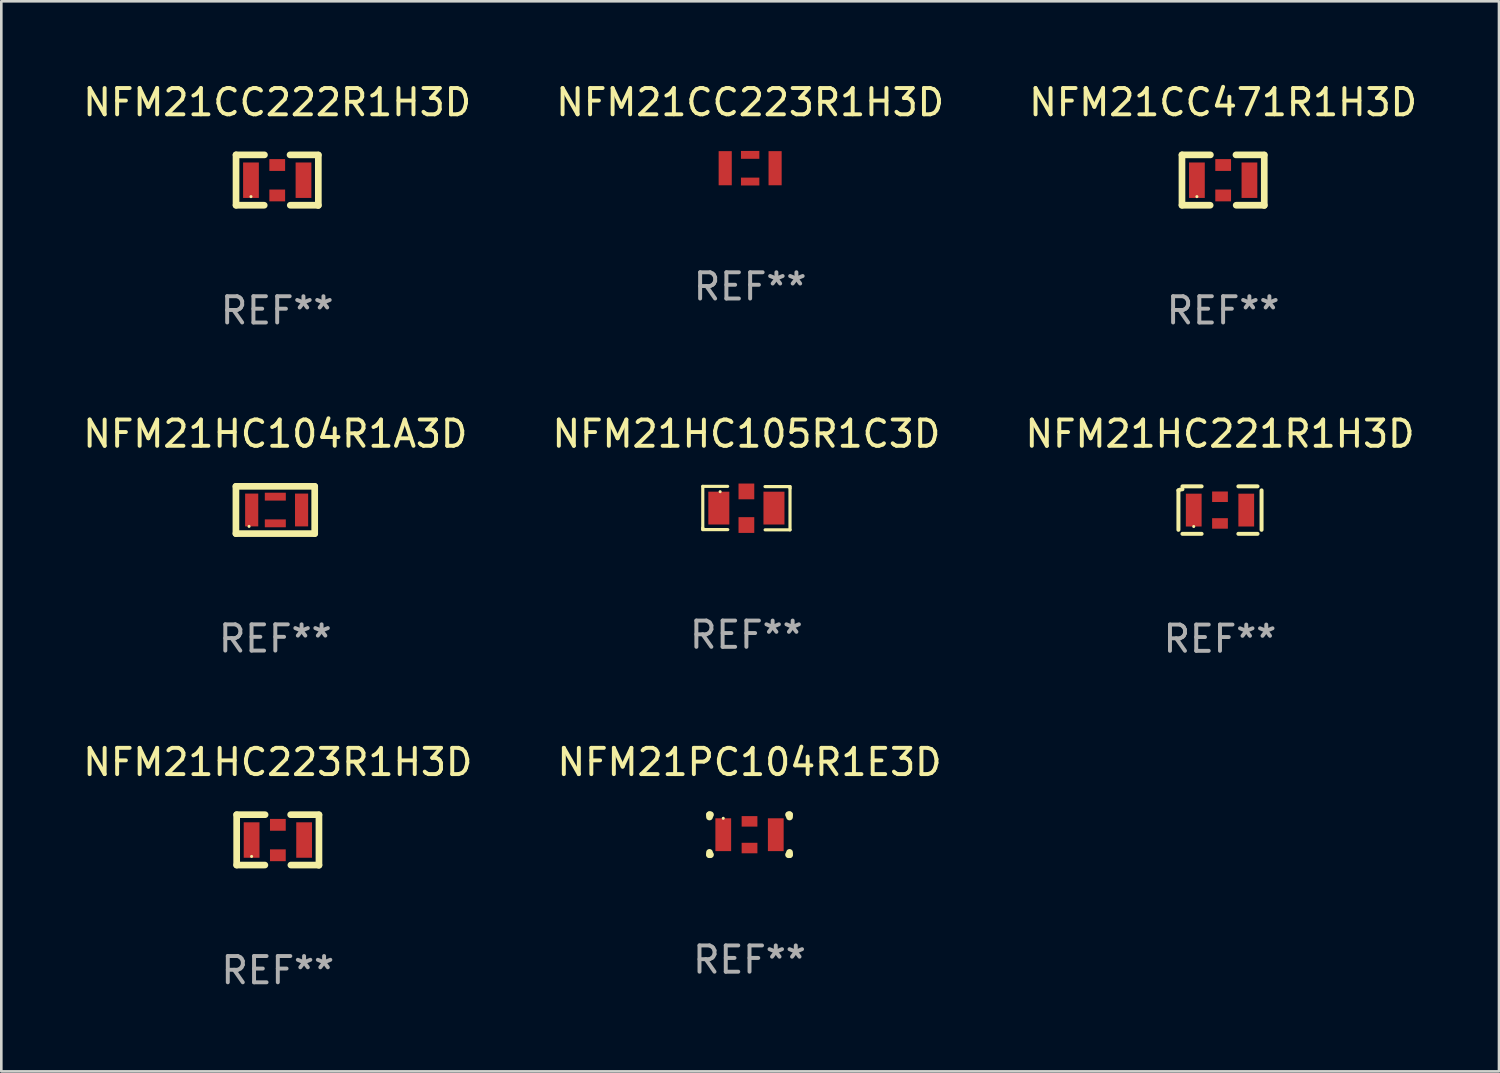
<source format=kicad_pcb>
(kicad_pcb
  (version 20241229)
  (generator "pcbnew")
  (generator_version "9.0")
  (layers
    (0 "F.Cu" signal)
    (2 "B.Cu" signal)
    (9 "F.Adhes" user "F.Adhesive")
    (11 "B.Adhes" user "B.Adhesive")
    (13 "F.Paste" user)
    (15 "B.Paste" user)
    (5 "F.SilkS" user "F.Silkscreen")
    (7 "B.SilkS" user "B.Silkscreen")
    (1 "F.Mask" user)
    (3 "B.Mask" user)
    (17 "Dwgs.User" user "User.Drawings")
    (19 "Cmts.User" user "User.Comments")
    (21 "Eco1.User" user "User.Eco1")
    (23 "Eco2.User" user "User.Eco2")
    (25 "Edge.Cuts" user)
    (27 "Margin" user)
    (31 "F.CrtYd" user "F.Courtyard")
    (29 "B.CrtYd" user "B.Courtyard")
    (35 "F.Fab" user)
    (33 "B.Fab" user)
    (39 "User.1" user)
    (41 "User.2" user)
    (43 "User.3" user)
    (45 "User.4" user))
  (footprint "NFM21PC104R1E3D"
    (layer "F.Cu")
    (at 25.494 28.738)
    (property "Reference" "NFM21PC104R1E3D" (at 0 -2.762 0) (layer "F.SilkS") (effects (font (size 1 1) (thickness 0.15))))
    (attr through_hole)
    (fp_line (start -1.524 -0.762) (end -1.524 -0.673) (stroke (width 0.254) (type solid)) (layer "F.SilkS"))
    (fp_line (start -1.524 0.673) (end -1.524 0.762) (stroke (width 0.254) (type solid)) (layer "F.SilkS"))
    (fp_line (start -1.524 0.762) (end -1.486 0.762) (stroke (width 0.254) (type solid)) (layer "F.SilkS"))
    (fp_line (start -1.486 -0.762) (end -1.524 -0.762) (stroke (width 0.254) (type solid)) (layer "F.SilkS"))
    (fp_line (start 1.486 0.762) (end 1.524 0.762) (stroke (width 0.254) (type solid)) (layer "F.SilkS"))
    (fp_line (start 1.524 -0.762) (end 1.486 -0.762) (stroke (width 0.254) (type solid)) (layer "F.SilkS"))
    (fp_line (start 1.524 -0.673) (end 1.524 -0.762) (stroke (width 0.254) (type solid)) (layer "F.SilkS"))
    (fp_line (start 1.524 0.762) (end 1.524 0.673) (stroke (width 0.254) (type solid)) (layer "F.SilkS"))
    (fp_circle (center -1 -0.625) (end -0.97 -0.625) (stroke (width 0.06) (type solid)) (fill no) (layer "F.SilkS"))
    (fp_text user "REF**" (at 0 4.762 0) (layer "F.Fab") (effects (font (size 1 1) (thickness 0.15))))
    (pad "1" smd rect (at -1 0) (size 0.6 1.25) (layers "F.Cu" "F.Mask" "F.Paste"))
    (pad "2" smd rect (at 0 0.508) (size 0.6 0.4) (layers "F.Cu" "F.Mask" "F.Paste"))
    (pad "3" smd rect (at 1 0) (size 0.6 1.25) (layers "F.Cu" "F.Mask" "F.Paste"))
    (pad "4" smd rect (at 0 -0.508) (size 0.6 0.4) (layers "F.Cu" "F.Mask" "F.Paste")))
  (footprint "NFM21CC471R1H3D"
    (layer "F.Cu")
    (at 43.53 3.812)
    (property "Reference" "NFM21CC471R1H3D" (at 0 -2.964 0) (layer "F.SilkS") (effects (font (size 1 1) (thickness 0.15))))
    (attr through_hole)
    (fp_line (start -1.567 -0.964) (end -0.484 -0.964) (stroke (width 0.254) (type solid)) (layer "F.SilkS"))
    (fp_line (start -1.567 0.954) (end -1.567 -0.964) (stroke (width 0.254) (type solid)) (layer "F.SilkS"))
    (fp_line (start -1.567 0.954) (end -0.493 0.954) (stroke (width 0.254) (type solid)) (layer "F.SilkS"))
    (fp_line (start 0.489 -0.964) (end 1.567 -0.964) (stroke (width 0.254) (type solid)) (layer "F.SilkS"))
    (fp_line (start 0.498 0.954) (end 1.567 0.954) (stroke (width 0.254) (type solid)) (layer "F.SilkS"))
    (fp_line (start 1.567 -0.955) (end 1.567 0.964) (stroke (width 0.254) (type solid)) (layer "F.SilkS"))
    (fp_circle (center -0.998 0.626) (end -0.968 0.626) (stroke (width 0.06) (type solid)) (fill no) (layer "F.SilkS"))
    (fp_text user "REF**" (at 0 4.964 0) (layer "F.Fab") (effects (font (size 1 1) (thickness 0.15))))
    (pad "1" smd rect (at -0.998 0.001) (size 0.6 1.35) (layers "F.Cu" "F.Mask" "F.Paste"))
    (pad "2" smd rect (at 0.002 -0.578) (size 0.6 0.45) (layers "F.Cu" "F.Mask" "F.Paste"))
    (pad "2" smd rect (at 0.002 0.581) (size 0.6 0.45) (layers "F.Cu" "F.Mask" "F.Paste"))
    (pad "3" smd rect (at 1.002 0.001) (size 0.6 1.35) (layers "F.Cu" "F.Mask" "F.Paste")))
  (footprint "NFM21HC223R1H3D"
    (layer "F.Cu")
    (at 7.53 28.94)
    (property "Reference" "NFM21HC223R1H3D" (at 0 -2.964 0) (layer "F.SilkS") (effects (font (size 1 1) (thickness 0.15))))
    (attr through_hole)
    (fp_line (start -1.567 -0.964) (end -0.484 -0.964) (stroke (width 0.254) (type solid)) (layer "F.SilkS"))
    (fp_line (start -1.567 0.954) (end -1.567 -0.964) (stroke (width 0.254) (type solid)) (layer "F.SilkS"))
    (fp_line (start -1.567 0.954) (end -0.493 0.954) (stroke (width 0.254) (type solid)) (layer "F.SilkS"))
    (fp_line (start 0.489 -0.964) (end 1.567 -0.964) (stroke (width 0.254) (type solid)) (layer "F.SilkS"))
    (fp_line (start 0.498 0.954) (end 1.567 0.954) (stroke (width 0.254) (type solid)) (layer "F.SilkS"))
    (fp_line (start 1.567 -0.955) (end 1.567 0.964) (stroke (width 0.254) (type solid)) (layer "F.SilkS"))
    (fp_circle (center -0.998 0.626) (end -0.968 0.626) (stroke (width 0.06) (type solid)) (fill no) (layer "F.SilkS"))
    (fp_text user "REF**" (at 0 4.964 0) (layer "F.Fab") (effects (font (size 1 1) (thickness 0.15))))
    (pad "1" smd rect (at -0.998 0.001) (size 0.6 1.35) (layers "F.Cu" "F.Mask" "F.Paste"))
    (pad "2" smd rect (at 0.002 -0.578) (size 0.6 0.45) (layers "F.Cu" "F.Mask" "F.Paste"))
    (pad "2" smd rect (at 0.002 0.581) (size 0.6 0.45) (layers "F.Cu" "F.Mask" "F.Paste"))
    (pad "3" smd rect (at 1.002 0.001) (size 0.6 1.35) (layers "F.Cu" "F.Mask" "F.Paste")))
  (footprint "NFM21CC223R1H3D"
    (layer "F.Cu")
    (at 25.518 3.356)
    (property "Reference" "NFM21CC223R1H3D" (at 0 -2.508 0) (layer "F.SilkS") (effects (font (size 1 1) (thickness 0.15))))
    (attr through_hole)
    (fp_text user "REF**" (at 0 4.508 0) (layer "F.Fab") (effects (font (size 1 1) (thickness 0.15))))
    (pad "1" smd rect (at -0.95 0 90) (size 1.3 0.5) (layers "F.Cu" "F.Mask" "F.Paste"))
    (pad "2" smd rect (at 0 -0.508 180) (size 0.7 0.3) (layers "F.Cu" "F.Mask" "F.Paste"))
    (pad "2" smd rect (at 0 0.508 180) (size 0.7 0.3) (layers "F.Cu" "F.Mask" "F.Paste"))
    (pad "3" smd rect (at 0.95 0 90) (size 1.3 0.5) (layers "F.Cu" "F.Mask" "F.Paste")))
  (footprint "NFM21HC105R1C3D"
    (layer "F.Cu")
    (at 25.375 16.3)
    (property "Reference" "NFM21HC105R1C3D" (at 0 -2.828 0) (layer "F.SilkS") (effects (font (size 1 1) (thickness 0.15))))
    (attr through_hole)
    (fp_line (start -1.661 -0.828) (end -1.661 0.755) (stroke (width 0.12) (type solid)) (layer "F.SilkS"))
    (fp_line (start -1.661 0.755) (end -1.661 0.819) (stroke (width 0.12) (type solid)) (layer "F.SilkS"))
    (fp_line (start -1.661 0.819) (end -0.709 0.819) (stroke (width 0.12) (type solid)) (layer "F.SilkS"))
    (fp_line (start -0.713 -0.828) (end -1.661 -0.828) (stroke (width 0.12) (type solid)) (layer "F.SilkS"))
    (fp_line (start 0.713 0.828) (end 1.661 0.828) (stroke (width 0.12) (type solid)) (layer "F.SilkS"))
    (fp_line (start 1.661 -0.819) (end 0.709 -0.819) (stroke (width 0.12) (type solid)) (layer "F.SilkS"))
    (fp_line (start 1.661 -0.755) (end 1.661 -0.819) (stroke (width 0.12) (type solid)) (layer "F.SilkS"))
    (fp_line (start 1.661 0.828) (end 1.661 -0.755) (stroke (width 0.12) (type solid)) (layer "F.SilkS"))
    (fp_circle (center -1 -0.625) (end -0.97 -0.625) (stroke (width 0.06) (type solid)) (fill no) (layer "F.SilkS"))
    (fp_text user "REF**" (at 0 4.828 0) (layer "F.Fab") (effects (font (size 1 1) (thickness 0.15))))
    (pad "1" smd rect (at -1.05 0) (size 0.8 1.25) (layers "F.Cu" "F.Mask" "F.Paste"))
    (pad "2" smd rect (at 0 -0.635) (size 0.6 0.6) (layers "F.Cu" "F.Mask" "F.Paste"))
    (pad "2" smd rect (at 0 0.645) (size 0.6 0.6) (layers "F.Cu" "F.Mask" "F.Paste"))
    (pad "3" smd rect (at 1.05 0) (size 0.8 1.25) (layers "F.Cu" "F.Mask" "F.Paste")))
  (footprint "NFM21HC104R1A3D"
    (layer "F.Cu")
    (at 7.435 16.372)
    (property "Reference" "NFM21HC104R1A3D" (at 0 -2.9 0) (layer "F.SilkS") (effects (font (size 1 1) (thickness 0.15))))
    (attr through_hole)
    (fp_line (start -1.5 -0.9) (end 1.5 -0.9) (stroke (width 0.254) (type solid)) (layer "F.SilkS"))
    (fp_line (start -1.5 0.9) (end -1.5 -0.9) (stroke (width 0.254) (type solid)) (layer "F.SilkS"))
    (fp_line (start 1.5 -0.9) (end 1.5 0.9) (stroke (width 0.254) (type solid)) (layer "F.SilkS"))
    (fp_line (start 1.5 0.9) (end -1.5 0.9) (stroke (width 0.254) (type solid)) (layer "F.SilkS"))
    (fp_circle (center -1 0.625) (end -0.97 0.625) (stroke (width 0.06) (type solid)) (fill no) (layer "F.SilkS"))
    (fp_text user "REF**" (at 0 4.9 0) (layer "F.Fab") (effects (font (size 1 1) (thickness 0.15))))
    (pad "1" smd rect (at -0.9 0 90) (size 1.25 0.5) (layers "F.Cu" "F.Mask" "F.Paste"))
    (pad "2" smd rect (at 0 -0.508 180) (size 0.8 0.3) (layers "F.Cu" "F.Mask" "F.Paste"))
    (pad "2" smd rect (at 0 0.508 180) (size 0.8 0.3) (layers "F.Cu" "F.Mask" "F.Paste"))
    (pad "3" smd rect (at 1 0 90) (size 1.25 0.5) (layers "F.Cu" "F.Mask" "F.Paste")))
  (footprint "NFM21CC222R1H3D"
    (layer "F.Cu")
    (at 7.506 3.812)
    (property "Reference" "NFM21CC222R1H3D" (at 0 -2.964 0) (layer "F.SilkS") (effects (font (size 1 1) (thickness 0.15))))
    (attr through_hole)
    (fp_line (start -1.567 -0.964) (end -0.484 -0.964) (stroke (width 0.254) (type solid)) (layer "F.SilkS"))
    (fp_line (start -1.567 0.954) (end -1.567 -0.964) (stroke (width 0.254) (type solid)) (layer "F.SilkS"))
    (fp_line (start -1.567 0.954) (end -0.493 0.954) (stroke (width 0.254) (type solid)) (layer "F.SilkS"))
    (fp_line (start 0.489 -0.964) (end 1.567 -0.964) (stroke (width 0.254) (type solid)) (layer "F.SilkS"))
    (fp_line (start 0.498 0.954) (end 1.567 0.954) (stroke (width 0.254) (type solid)) (layer "F.SilkS"))
    (fp_line (start 1.567 -0.955) (end 1.567 0.964) (stroke (width 0.254) (type solid)) (layer "F.SilkS"))
    (fp_circle (center -0.998 0.626) (end -0.968 0.626) (stroke (width 0.06) (type solid)) (fill no) (layer "F.SilkS"))
    (fp_text user "REF**" (at 0 4.964 0) (layer "F.Fab") (effects (font (size 1 1) (thickness 0.15))))
    (pad "1" smd rect (at -0.998 0.001) (size 0.6 1.35) (layers "F.Cu" "F.Mask" "F.Paste"))
    (pad "2" smd rect (at 0.002 -0.578) (size 0.6 0.45) (layers "F.Cu" "F.Mask" "F.Paste"))
    (pad "2" smd rect (at 0.002 0.581) (size 0.6 0.45) (layers "F.Cu" "F.Mask" "F.Paste"))
    (pad "3" smd rect (at 1.002 0.001) (size 0.6 1.35) (layers "F.Cu" "F.Mask" "F.Paste")))
  (footprint "NFM21HC221R1H3D"
    (layer "F.Cu")
    (at 43.411 16.376)
    (property "Reference" "NFM21HC221R1H3D" (at 0 -2.904 0) (layer "F.SilkS") (effects (font (size 1 1) (thickness 0.15))))
    (attr through_hole)
    (fp_line (start -1.583 0.751) (end -1.583 -0.751) (stroke (width 0.152) (type solid)) (layer "F.SilkS"))
    (fp_line (start -1.43 -0.904) (end -0.7 -0.904) (stroke (width 0.152) (type solid)) (layer "F.SilkS"))
    (fp_line (start -1.43 0.904) (end -0.7 0.904) (stroke (width 0.152) (type solid)) (layer "F.SilkS"))
    (fp_line (start 1.43 -0.904) (end 0.7 -0.904) (stroke (width 0.152) (type solid)) (layer "F.SilkS"))
    (fp_line (start 1.43 0.904) (end 0.7 0.904) (stroke (width 0.152) (type solid)) (layer "F.SilkS"))
    (fp_line (start 1.583 0.751) (end 1.583 -0.751) (stroke (width 0.152) (type solid)) (layer "F.SilkS"))
    (fp_arc (start -1.582601 -0.751207) (mid -1.509353 -0.783131) (end -1.4302 -0.794043) (stroke (width 0.1524) (type solid)) (layer "F.SilkS"))
    (fp_circle (center -1 0.625) (end -0.97 0.625) (stroke (width 0.06) (type solid)) (fill no) (layer "F.SilkS"))
    (fp_text user "REF**" (at 0 4.904 0) (layer "F.Fab") (effects (font (size 1 1) (thickness 0.15))))
    (pad "1" smd rect (at -1 0 90) (size 1.25 0.6) (layers "F.Cu" "F.Mask" "F.Paste"))
    (pad "2" smd rect (at 0 0.508 180) (size 0.6 0.4) (layers "F.Cu" "F.Mask" "F.Paste"))
    (pad "3" smd rect (at 1 0 90) (size 1.25 0.6) (layers "F.Cu" "F.Mask" "F.Paste"))
    (pad "4" smd rect (at 0 -0.508 90) (size 0.4 0.6) (layers "F.Cu" "F.Mask" "F.Paste")))
  (gr_rect
    (start -3 -3)
    (end 54.036 37.752)
    (stroke (width 0.1) (type default))
    (fill no)
    (layer "Edge.Cuts")))
</source>
